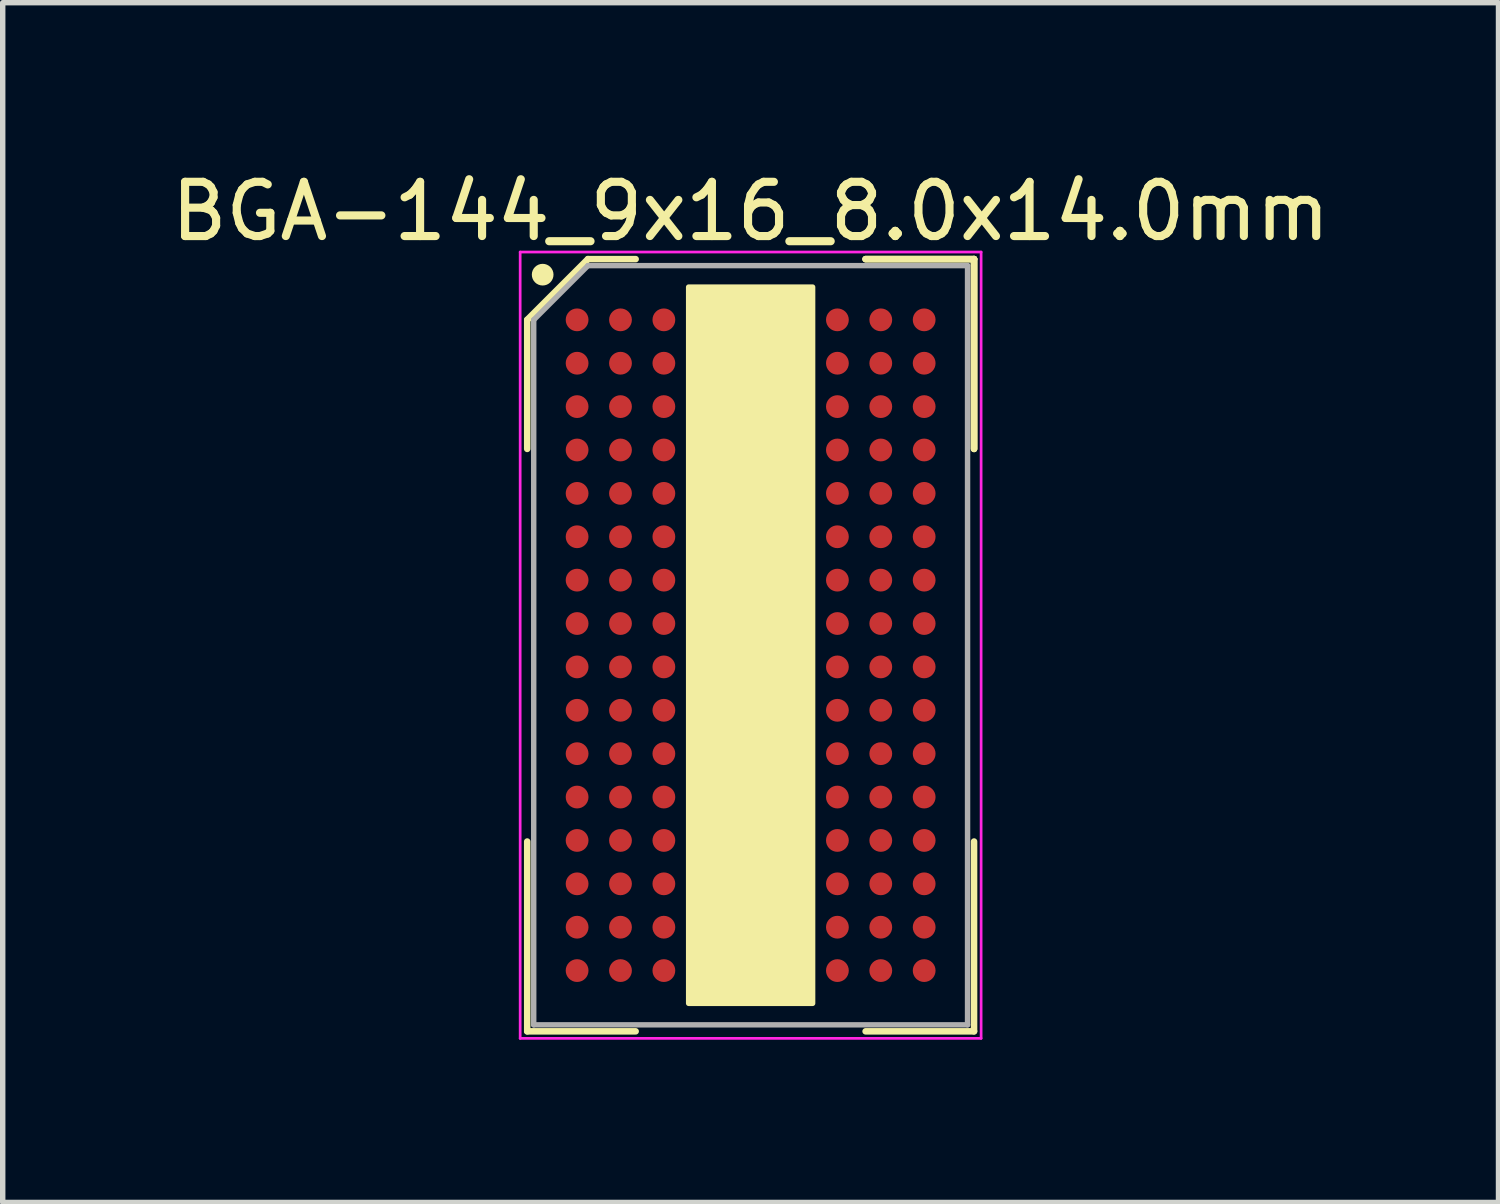
<source format=kicad_pcb>
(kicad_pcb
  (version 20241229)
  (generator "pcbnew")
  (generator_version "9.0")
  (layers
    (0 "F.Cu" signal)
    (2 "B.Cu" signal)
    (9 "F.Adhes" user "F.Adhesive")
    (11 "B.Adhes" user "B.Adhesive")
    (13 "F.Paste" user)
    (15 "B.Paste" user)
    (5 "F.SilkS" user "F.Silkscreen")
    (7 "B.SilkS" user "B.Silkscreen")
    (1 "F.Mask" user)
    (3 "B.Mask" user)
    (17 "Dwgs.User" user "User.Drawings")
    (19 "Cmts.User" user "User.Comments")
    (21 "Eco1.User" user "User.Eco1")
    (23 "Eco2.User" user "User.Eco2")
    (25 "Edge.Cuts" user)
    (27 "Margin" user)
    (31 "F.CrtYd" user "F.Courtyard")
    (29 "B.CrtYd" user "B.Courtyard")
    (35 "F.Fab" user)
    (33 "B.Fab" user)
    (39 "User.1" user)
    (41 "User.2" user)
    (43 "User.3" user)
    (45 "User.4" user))
  (footprint "BGA-144_9x16_8.0x14.0mm"
    (layer "F.Cu")
    (at 10.792 8.848)
    (property "Reference" "BGA-144_9x16_8.0x14.0mm" (at 0 -8 0) (layer "F.SilkS") (effects (font (size 1 1) (thickness 0.15))))
    (attr smd)
    (fp_line (start -4.12 -6) (end -4.12 -3.62) (stroke (width 0.12) (type solid)) (layer "F.SilkS"))
    (fp_line (start -4.12 7.12) (end -4.12 3.62) (stroke (width 0.12) (type solid)) (layer "F.SilkS"))
    (fp_line (start -3 -7.12) (end -4.12 -6) (stroke (width 0.12) (type solid)) (layer "F.SilkS"))
    (fp_line (start -2.12 -7.12) (end -3 -7.12) (stroke (width 0.12) (type solid)) (layer "F.SilkS"))
    (fp_line (start -2.12 7.12) (end -4.12 7.12) (stroke (width 0.12) (type solid)) (layer "F.SilkS"))
    (fp_line (start 2.12 -7.12) (end 4.12 -7.12) (stroke (width 0.12) (type solid)) (layer "F.SilkS"))
    (fp_line (start 2.12 -7.12) (end 4.12 -7.12) (stroke (width 0.12) (type solid)) (layer "F.SilkS"))
    (fp_line (start 2.12 -7.12) (end 4.12 -7.12) (stroke (width 0.12) (type solid)) (layer "F.SilkS"))
    (fp_line (start 2.12 7.12) (end 4.12 7.12) (stroke (width 0.12) (type solid)) (layer "F.SilkS"))
    (fp_line (start 4.12 -7.12) (end 4.12 -3.62) (stroke (width 0.12) (type solid)) (layer "F.SilkS"))
    (fp_line (start 4.12 -7.12) (end 4.12 -3.62) (stroke (width 0.12) (type solid)) (layer "F.SilkS"))
    (fp_line (start 4.12 -7.12) (end 4.12 -3.62) (stroke (width 0.12) (type solid)) (layer "F.SilkS"))
    (fp_line (start 4.12 7.12) (end 4.12 3.62) (stroke (width 0.12) (type solid)) (layer "F.SilkS"))
    (fp_circle (center -3.835 -6.833) (end -3.835 -6.733) (stroke (width 0.2) (type solid)) (fill no) (layer "F.SilkS"))
    (fp_poly (pts (xy -1.143 -6.604) (xy 1.143 -6.604) (xy 1.143 6.604) (xy -1.143 6.604)) (stroke (width 0.1) (type solid)) (fill yes) (layer "F.SilkS"))
    (fp_line (start -4.25 -7.25) (end 4.25 -7.25) (stroke (width 0.05) (type solid)) (layer "F.CrtYd"))
    (fp_line (start -4.25 7.25) (end -4.25 -7.25) (stroke (width 0.05) (type solid)) (layer "F.CrtYd"))
    (fp_line (start 4.25 -7.25) (end 4.25 7.25) (stroke (width 0.05) (type solid)) (layer "F.CrtYd"))
    (fp_line (start 4.25 7.25) (end -4.25 7.25) (stroke (width 0.05) (type solid)) (layer "F.CrtYd"))
    (fp_line (start -4 -6) (end -4 7) (stroke (width 0.1) (type solid)) (layer "F.Fab"))
    (fp_line (start -4 7) (end 4 7) (stroke (width 0.1) (type solid)) (layer "F.Fab"))
    (fp_line (start -3 -7) (end -4 -6) (stroke (width 0.1) (type solid)) (layer "F.Fab"))
    (fp_line (start 4 -7) (end -3 -7) (stroke (width 0.1) (type solid)) (layer "F.Fab"))
    (fp_line (start 4 7) (end 4 -7) (stroke (width 0.1) (type solid)) (layer "F.Fab"))
    (pad "A1" smd circle (at -3.2 -6) (size 0.42 0.42) (layers "F.Cu" "F.Mask" "F.Paste"))
    (pad "A2" smd circle (at -2.4 -6) (size 0.42 0.42) (layers "F.Cu" "F.Mask" "F.Paste"))
    (pad "A3" smd circle (at -1.6 -6) (size 0.42 0.42) (layers "F.Cu" "F.Mask" "F.Paste"))
    (pad "A4" smd circle (at -0.8 -6) (size 0.42 0.42) (layers "F.Cu" "F.Mask" "F.Paste"))
    (pad "A5" smd circle (at 0 -6) (size 0.42 0.42) (layers "F.Cu" "F.Mask" "F.Paste"))
    (pad "A6" smd circle (at 0.8 -6) (size 0.42 0.42) (layers "F.Cu" "F.Mask" "F.Paste"))
    (pad "A7" smd circle (at 1.6 -6) (size 0.42 0.42) (layers "F.Cu" "F.Mask" "F.Paste"))
    (pad "A8" smd circle (at 2.4 -6) (size 0.42 0.42) (layers "F.Cu" "F.Mask" "F.Paste"))
    (pad "A9" smd circle (at 3.2 -6) (size 0.42 0.42) (layers "F.Cu" "F.Mask" "F.Paste"))
    (pad "B1" smd circle (at -3.2 -5.2) (size 0.42 0.42) (layers "F.Cu" "F.Mask" "F.Paste"))
    (pad "B2" smd circle (at -2.4 -5.2) (size 0.42 0.42) (layers "F.Cu" "F.Mask" "F.Paste"))
    (pad "B3" smd circle (at -1.6 -5.2) (size 0.42 0.42) (layers "F.Cu" "F.Mask" "F.Paste"))
    (pad "B4" smd circle (at -0.8 -5.2) (size 0.42 0.42) (layers "F.Cu" "F.Mask" "F.Paste"))
    (pad "B5" smd circle (at 0 -5.2) (size 0.42 0.42) (layers "F.Cu" "F.Mask" "F.Paste"))
    (pad "B6" smd circle (at 0.8 -5.2) (size 0.42 0.42) (layers "F.Cu" "F.Mask" "F.Paste"))
    (pad "B7" smd circle (at 1.6 -5.2) (size 0.42 0.42) (layers "F.Cu" "F.Mask" "F.Paste"))
    (pad "B8" smd circle (at 2.4 -5.2) (size 0.42 0.42) (layers "F.Cu" "F.Mask" "F.Paste"))
    (pad "B9" smd circle (at 3.2 -5.2) (size 0.42 0.42) (layers "F.Cu" "F.Mask" "F.Paste"))
    (pad "C1" smd circle (at -3.2 -4.4) (size 0.42 0.42) (layers "F.Cu" "F.Mask" "F.Paste"))
    (pad "C2" smd circle (at -2.4 -4.4) (size 0.42 0.42) (layers "F.Cu" "F.Mask" "F.Paste"))
    (pad "C3" smd circle (at -1.6 -4.4) (size 0.42 0.42) (layers "F.Cu" "F.Mask" "F.Paste"))
    (pad "C4" smd circle (at -0.8 -4.4) (size 0.42 0.42) (layers "F.Cu" "F.Mask" "F.Paste"))
    (pad "C5" smd circle (at 0 -4.4) (size 0.42 0.42) (layers "F.Cu" "F.Mask" "F.Paste"))
    (pad "C6" smd circle (at 0.8 -4.4) (size 0.42 0.42) (layers "F.Cu" "F.Mask" "F.Paste"))
    (pad "C7" smd circle (at 1.6 -4.4) (size 0.42 0.42) (layers "F.Cu" "F.Mask" "F.Paste"))
    (pad "C8" smd circle (at 2.4 -4.4) (size 0.42 0.42) (layers "F.Cu" "F.Mask" "F.Paste"))
    (pad "C9" smd circle (at 3.2 -4.4) (size 0.42 0.42) (layers "F.Cu" "F.Mask" "F.Paste"))
    (pad "D1" smd circle (at -3.2 -3.6) (size 0.42 0.42) (layers "F.Cu" "F.Mask" "F.Paste"))
    (pad "D2" smd circle (at -2.4 -3.6) (size 0.42 0.42) (layers "F.Cu" "F.Mask" "F.Paste"))
    (pad "D3" smd circle (at -1.6 -3.6) (size 0.42 0.42) (layers "F.Cu" "F.Mask" "F.Paste"))
    (pad "D4" smd circle (at -0.8 -3.6) (size 0.42 0.42) (layers "F.Cu" "F.Mask" "F.Paste"))
    (pad "D5" smd circle (at 0 -3.6) (size 0.42 0.42) (layers "F.Cu" "F.Mask" "F.Paste"))
    (pad "D6" smd circle (at 0.8 -3.6) (size 0.42 0.42) (layers "F.Cu" "F.Mask" "F.Paste"))
    (pad "D7" smd circle (at 1.6 -3.6) (size 0.42 0.42) (layers "F.Cu" "F.Mask" "F.Paste"))
    (pad "D8" smd circle (at 2.4 -3.6) (size 0.42 0.42) (layers "F.Cu" "F.Mask" "F.Paste"))
    (pad "D9" smd circle (at 3.2 -3.6) (size 0.42 0.42) (layers "F.Cu" "F.Mask" "F.Paste"))
    (pad "E1" smd circle (at -3.2 -2.8) (size 0.42 0.42) (layers "F.Cu" "F.Mask" "F.Paste"))
    (pad "E2" smd circle (at -2.4 -2.8) (size 0.42 0.42) (layers "F.Cu" "F.Mask" "F.Paste"))
    (pad "E3" smd circle (at -1.6 -2.8) (size 0.42 0.42) (layers "F.Cu" "F.Mask" "F.Paste"))
    (pad "E4" smd circle (at -0.8 -2.8) (size 0.42 0.42) (layers "F.Cu" "F.Mask" "F.Paste"))
    (pad "E5" smd circle (at 0 -2.8) (size 0.42 0.42) (layers "F.Cu" "F.Mask" "F.Paste"))
    (pad "E6" smd circle (at 0.8 -2.8) (size 0.42 0.42) (layers "F.Cu" "F.Mask" "F.Paste"))
    (pad "E7" smd circle (at 1.6 -2.8) (size 0.42 0.42) (layers "F.Cu" "F.Mask" "F.Paste"))
    (pad "E8" smd circle (at 2.4 -2.8) (size 0.42 0.42) (layers "F.Cu" "F.Mask" "F.Paste"))
    (pad "E9" smd circle (at 3.2 -2.8) (size 0.42 0.42) (layers "F.Cu" "F.Mask" "F.Paste"))
    (pad "F1" smd circle (at -3.2 -2) (size 0.42 0.42) (layers "F.Cu" "F.Mask" "F.Paste"))
    (pad "F2" smd circle (at -2.4 -2) (size 0.42 0.42) (layers "F.Cu" "F.Mask" "F.Paste"))
    (pad "F3" smd circle (at -1.6 -2) (size 0.42 0.42) (layers "F.Cu" "F.Mask" "F.Paste"))
    (pad "F4" smd circle (at -0.8 -2) (size 0.42 0.42) (layers "F.Cu" "F.Mask" "F.Paste"))
    (pad "F5" smd circle (at 0 -2) (size 0.42 0.42) (layers "F.Cu" "F.Mask" "F.Paste"))
    (pad "F6" smd circle (at 0.8 -2) (size 0.42 0.42) (layers "F.Cu" "F.Mask" "F.Paste"))
    (pad "F7" smd circle (at 1.6 -2) (size 0.42 0.42) (layers "F.Cu" "F.Mask" "F.Paste"))
    (pad "F8" smd circle (at 2.4 -2) (size 0.42 0.42) (layers "F.Cu" "F.Mask" "F.Paste"))
    (pad "F9" smd circle (at 3.2 -2) (size 0.42 0.42) (layers "F.Cu" "F.Mask" "F.Paste"))
    (pad "G1" smd circle (at -3.2 -1.2) (size 0.42 0.42) (layers "F.Cu" "F.Mask" "F.Paste"))
    (pad "G2" smd circle (at -2.4 -1.2) (size 0.42 0.42) (layers "F.Cu" "F.Mask" "F.Paste"))
    (pad "G3" smd circle (at -1.6 -1.2) (size 0.42 0.42) (layers "F.Cu" "F.Mask" "F.Paste"))
    (pad "G4" smd circle (at -0.8 -1.2) (size 0.42 0.42) (layers "F.Cu" "F.Mask" "F.Paste"))
    (pad "G5" smd circle (at 0 -1.2) (size 0.42 0.42) (layers "F.Cu" "F.Mask" "F.Paste"))
    (pad "G6" smd circle (at 0.8 -1.2) (size 0.42 0.42) (layers "F.Cu" "F.Mask" "F.Paste"))
    (pad "G7" smd circle (at 1.6 -1.2) (size 0.42 0.42) (layers "F.Cu" "F.Mask" "F.Paste"))
    (pad "G8" smd circle (at 2.4 -1.2) (size 0.42 0.42) (layers "F.Cu" "F.Mask" "F.Paste"))
    (pad "G9" smd circle (at 3.2 -1.2) (size 0.42 0.42) (layers "F.Cu" "F.Mask" "F.Paste"))
    (pad "H1" smd circle (at -3.2 -0.4) (size 0.42 0.42) (layers "F.Cu" "F.Mask" "F.Paste"))
    (pad "H2" smd circle (at -2.4 -0.4) (size 0.42 0.42) (layers "F.Cu" "F.Mask" "F.Paste"))
    (pad "H3" smd circle (at -1.6 -0.4) (size 0.42 0.42) (layers "F.Cu" "F.Mask" "F.Paste"))
    (pad "H4" smd circle (at -0.8 -0.4) (size 0.42 0.42) (layers "F.Cu" "F.Mask" "F.Paste"))
    (pad "H5" smd circle (at 0 -0.4) (size 0.42 0.42) (layers "F.Cu" "F.Mask" "F.Paste"))
    (pad "H6" smd circle (at 0.8 -0.4) (size 0.42 0.42) (layers "F.Cu" "F.Mask" "F.Paste"))
    (pad "H7" smd circle (at 1.6 -0.4) (size 0.42 0.42) (layers "F.Cu" "F.Mask" "F.Paste"))
    (pad "H8" smd circle (at 2.4 -0.4) (size 0.42 0.42) (layers "F.Cu" "F.Mask" "F.Paste"))
    (pad "H9" smd circle (at 3.2 -0.4) (size 0.42 0.42) (layers "F.Cu" "F.Mask" "F.Paste"))
    (pad "J1" smd circle (at -3.2 0.4) (size 0.42 0.42) (layers "F.Cu" "F.Mask" "F.Paste"))
    (pad "J2" smd circle (at -2.4 0.4) (size 0.42 0.42) (layers "F.Cu" "F.Mask" "F.Paste"))
    (pad "J3" smd circle (at -1.6 0.4) (size 0.42 0.42) (layers "F.Cu" "F.Mask" "F.Paste"))
    (pad "J4" smd circle (at -0.8 0.4) (size 0.42 0.42) (layers "F.Cu" "F.Mask" "F.Paste"))
    (pad "J5" smd circle (at 0 0.4) (size 0.42 0.42) (layers "F.Cu" "F.Mask" "F.Paste"))
    (pad "J6" smd circle (at 0.8 0.4) (size 0.42 0.42) (layers "F.Cu" "F.Mask" "F.Paste"))
    (pad "J7" smd circle (at 1.6 0.4) (size 0.42 0.42) (layers "F.Cu" "F.Mask" "F.Paste"))
    (pad "J8" smd circle (at 2.4 0.4) (size 0.42 0.42) (layers "F.Cu" "F.Mask" "F.Paste"))
    (pad "J9" smd circle (at 3.2 0.4) (size 0.42 0.42) (layers "F.Cu" "F.Mask" "F.Paste"))
    (pad "K1" smd circle (at -3.2 1.2) (size 0.42 0.42) (layers "F.Cu" "F.Mask" "F.Paste"))
    (pad "K2" smd circle (at -2.4 1.2) (size 0.42 0.42) (layers "F.Cu" "F.Mask" "F.Paste"))
    (pad "K3" smd circle (at -1.6 1.2) (size 0.42 0.42) (layers "F.Cu" "F.Mask" "F.Paste"))
    (pad "K4" smd circle (at -0.8 1.2) (size 0.42 0.42) (layers "F.Cu" "F.Mask" "F.Paste"))
    (pad "K5" smd circle (at 0 1.2) (size 0.42 0.42) (layers "F.Cu" "F.Mask" "F.Paste"))
    (pad "K6" smd circle (at 0.8 1.2) (size 0.42 0.42) (layers "F.Cu" "F.Mask" "F.Paste"))
    (pad "K7" smd circle (at 1.6 1.2) (size 0.42 0.42) (layers "F.Cu" "F.Mask" "F.Paste"))
    (pad "K8" smd circle (at 2.4 1.2) (size 0.42 0.42) (layers "F.Cu" "F.Mask" "F.Paste"))
    (pad "K9" smd circle (at 3.2 1.2) (size 0.42 0.42) (layers "F.Cu" "F.Mask" "F.Paste"))
    (pad "L1" smd circle (at -3.2 2) (size 0.42 0.42) (layers "F.Cu" "F.Mask" "F.Paste"))
    (pad "L2" smd circle (at -2.4 2) (size 0.42 0.42) (layers "F.Cu" "F.Mask" "F.Paste"))
    (pad "L3" smd circle (at -1.6 2) (size 0.42 0.42) (layers "F.Cu" "F.Mask" "F.Paste"))
    (pad "L4" smd circle (at -0.8 2) (size 0.42 0.42) (layers "F.Cu" "F.Mask" "F.Paste"))
    (pad "L5" smd circle (at 0 2) (size 0.42 0.42) (layers "F.Cu" "F.Mask" "F.Paste"))
    (pad "L6" smd circle (at 0.8 2) (size 0.42 0.42) (layers "F.Cu" "F.Mask" "F.Paste"))
    (pad "L7" smd circle (at 1.6 2) (size 0.42 0.42) (layers "F.Cu" "F.Mask" "F.Paste"))
    (pad "L8" smd circle (at 2.4 2) (size 0.42 0.42) (layers "F.Cu" "F.Mask" "F.Paste"))
    (pad "L9" smd circle (at 3.2 2) (size 0.42 0.42) (layers "F.Cu" "F.Mask" "F.Paste"))
    (pad "M1" smd circle (at -3.2 2.8) (size 0.42 0.42) (layers "F.Cu" "F.Mask" "F.Paste"))
    (pad "M2" smd circle (at -2.4 2.8) (size 0.42 0.42) (layers "F.Cu" "F.Mask" "F.Paste"))
    (pad "M3" smd circle (at -1.6 2.8) (size 0.42 0.42) (layers "F.Cu" "F.Mask" "F.Paste"))
    (pad "M4" smd circle (at -0.8 2.8) (size 0.42 0.42) (layers "F.Cu" "F.Mask" "F.Paste"))
    (pad "M5" smd circle (at 0 2.8) (size 0.42 0.42) (layers "F.Cu" "F.Mask" "F.Paste"))
    (pad "M6" smd circle (at 0.8 2.8) (size 0.42 0.42) (layers "F.Cu" "F.Mask" "F.Paste"))
    (pad "M7" smd circle (at 1.6 2.8) (size 0.42 0.42) (layers "F.Cu" "F.Mask" "F.Paste"))
    (pad "M8" smd circle (at 2.4 2.8) (size 0.42 0.42) (layers "F.Cu" "F.Mask" "F.Paste"))
    (pad "M9" smd circle (at 3.2 2.8) (size 0.42 0.42) (layers "F.Cu" "F.Mask" "F.Paste"))
    (pad "N1" smd circle (at -3.2 3.6) (size 0.42 0.42) (layers "F.Cu" "F.Mask" "F.Paste"))
    (pad "N2" smd circle (at -2.4 3.6) (size 0.42 0.42) (layers "F.Cu" "F.Mask" "F.Paste"))
    (pad "N3" smd circle (at -1.6 3.6) (size 0.42 0.42) (layers "F.Cu" "F.Mask" "F.Paste"))
    (pad "N4" smd circle (at -0.8 3.6) (size 0.42 0.42) (layers "F.Cu" "F.Mask" "F.Paste"))
    (pad "N5" smd circle (at 0 3.6) (size 0.42 0.42) (layers "F.Cu" "F.Mask" "F.Paste"))
    (pad "N6" smd circle (at 0.8 3.6) (size 0.42 0.42) (layers "F.Cu" "F.Mask" "F.Paste"))
    (pad "N7" smd circle (at 1.6 3.6) (size 0.42 0.42) (layers "F.Cu" "F.Mask" "F.Paste"))
    (pad "N8" smd circle (at 2.4 3.6) (size 0.42 0.42) (layers "F.Cu" "F.Mask" "F.Paste"))
    (pad "N9" smd circle (at 3.2 3.6) (size 0.42 0.42) (layers "F.Cu" "F.Mask" "F.Paste"))
    (pad "P1" smd circle (at -3.2 4.4) (size 0.42 0.42) (layers "F.Cu" "F.Mask" "F.Paste"))
    (pad "P2" smd circle (at -2.4 4.4) (size 0.42 0.42) (layers "F.Cu" "F.Mask" "F.Paste"))
    (pad "P3" smd circle (at -1.6 4.4) (size 0.42 0.42) (layers "F.Cu" "F.Mask" "F.Paste"))
    (pad "P4" smd circle (at -0.8 4.4) (size 0.42 0.42) (layers "F.Cu" "F.Mask" "F.Paste"))
    (pad "P5" smd circle (at 0 4.4) (size 0.42 0.42) (layers "F.Cu" "F.Mask" "F.Paste"))
    (pad "P6" smd circle (at 0.8 4.4) (size 0.42 0.42) (layers "F.Cu" "F.Mask" "F.Paste"))
    (pad "P7" smd circle (at 1.6 4.4) (size 0.42 0.42) (layers "F.Cu" "F.Mask" "F.Paste"))
    (pad "P8" smd circle (at 2.4 4.4) (size 0.42 0.42) (layers "F.Cu" "F.Mask" "F.Paste"))
    (pad "P9" smd circle (at 3.2 4.4) (size 0.42 0.42) (layers "F.Cu" "F.Mask" "F.Paste"))
    (pad "R1" smd circle (at -3.2 5.2) (size 0.42 0.42) (layers "F.Cu" "F.Mask" "F.Paste"))
    (pad "R2" smd circle (at -2.4 5.2) (size 0.42 0.42) (layers "F.Cu" "F.Mask" "F.Paste"))
    (pad "R3" smd circle (at -1.6 5.2) (size 0.42 0.42) (layers "F.Cu" "F.Mask" "F.Paste"))
    (pad "R4" smd circle (at -0.8 5.2) (size 0.42 0.42) (layers "F.Cu" "F.Mask" "F.Paste"))
    (pad "R5" smd circle (at 0 5.2) (size 0.42 0.42) (layers "F.Cu" "F.Mask" "F.Paste"))
    (pad "R6" smd circle (at 0.8 5.2) (size 0.42 0.42) (layers "F.Cu" "F.Mask" "F.Paste"))
    (pad "R7" smd circle (at 1.6 5.2) (size 0.42 0.42) (layers "F.Cu" "F.Mask" "F.Paste"))
    (pad "R8" smd circle (at 2.4 5.2) (size 0.42 0.42) (layers "F.Cu" "F.Mask" "F.Paste"))
    (pad "R9" smd circle (at 3.2 5.2) (size 0.42 0.42) (layers "F.Cu" "F.Mask" "F.Paste"))
    (pad "T1" smd circle (at -3.2 6) (size 0.42 0.42) (layers "F.Cu" "F.Mask" "F.Paste"))
    (pad "T2" smd circle (at -2.4 6) (size 0.42 0.42) (layers "F.Cu" "F.Mask" "F.Paste"))
    (pad "T3" smd circle (at -1.6 6) (size 0.42 0.42) (layers "F.Cu" "F.Mask" "F.Paste"))
    (pad "T4" smd circle (at -0.8 6) (size 0.42 0.42) (layers "F.Cu" "F.Mask" "F.Paste"))
    (pad "T5" smd circle (at 0 6) (size 0.42 0.42) (layers "F.Cu" "F.Mask" "F.Paste"))
    (pad "T6" smd circle (at 0.8 6) (size 0.42 0.42) (layers "F.Cu" "F.Mask" "F.Paste"))
    (pad "T7" smd circle (at 1.6 6) (size 0.42 0.42) (layers "F.Cu" "F.Mask" "F.Paste"))
    (pad "T8" smd circle (at 2.4 6) (size 0.42 0.42) (layers "F.Cu" "F.Mask" "F.Paste"))
    (pad "T9" smd circle (at 3.2 6) (size 0.42 0.42) (layers "F.Cu" "F.Mask" "F.Paste")))
  (gr_rect
    (start -3 -3)
    (end 24.583 19.123)
    (stroke (width 0.1) (type default))
    (fill no)
    (layer "Edge.Cuts")))
</source>
